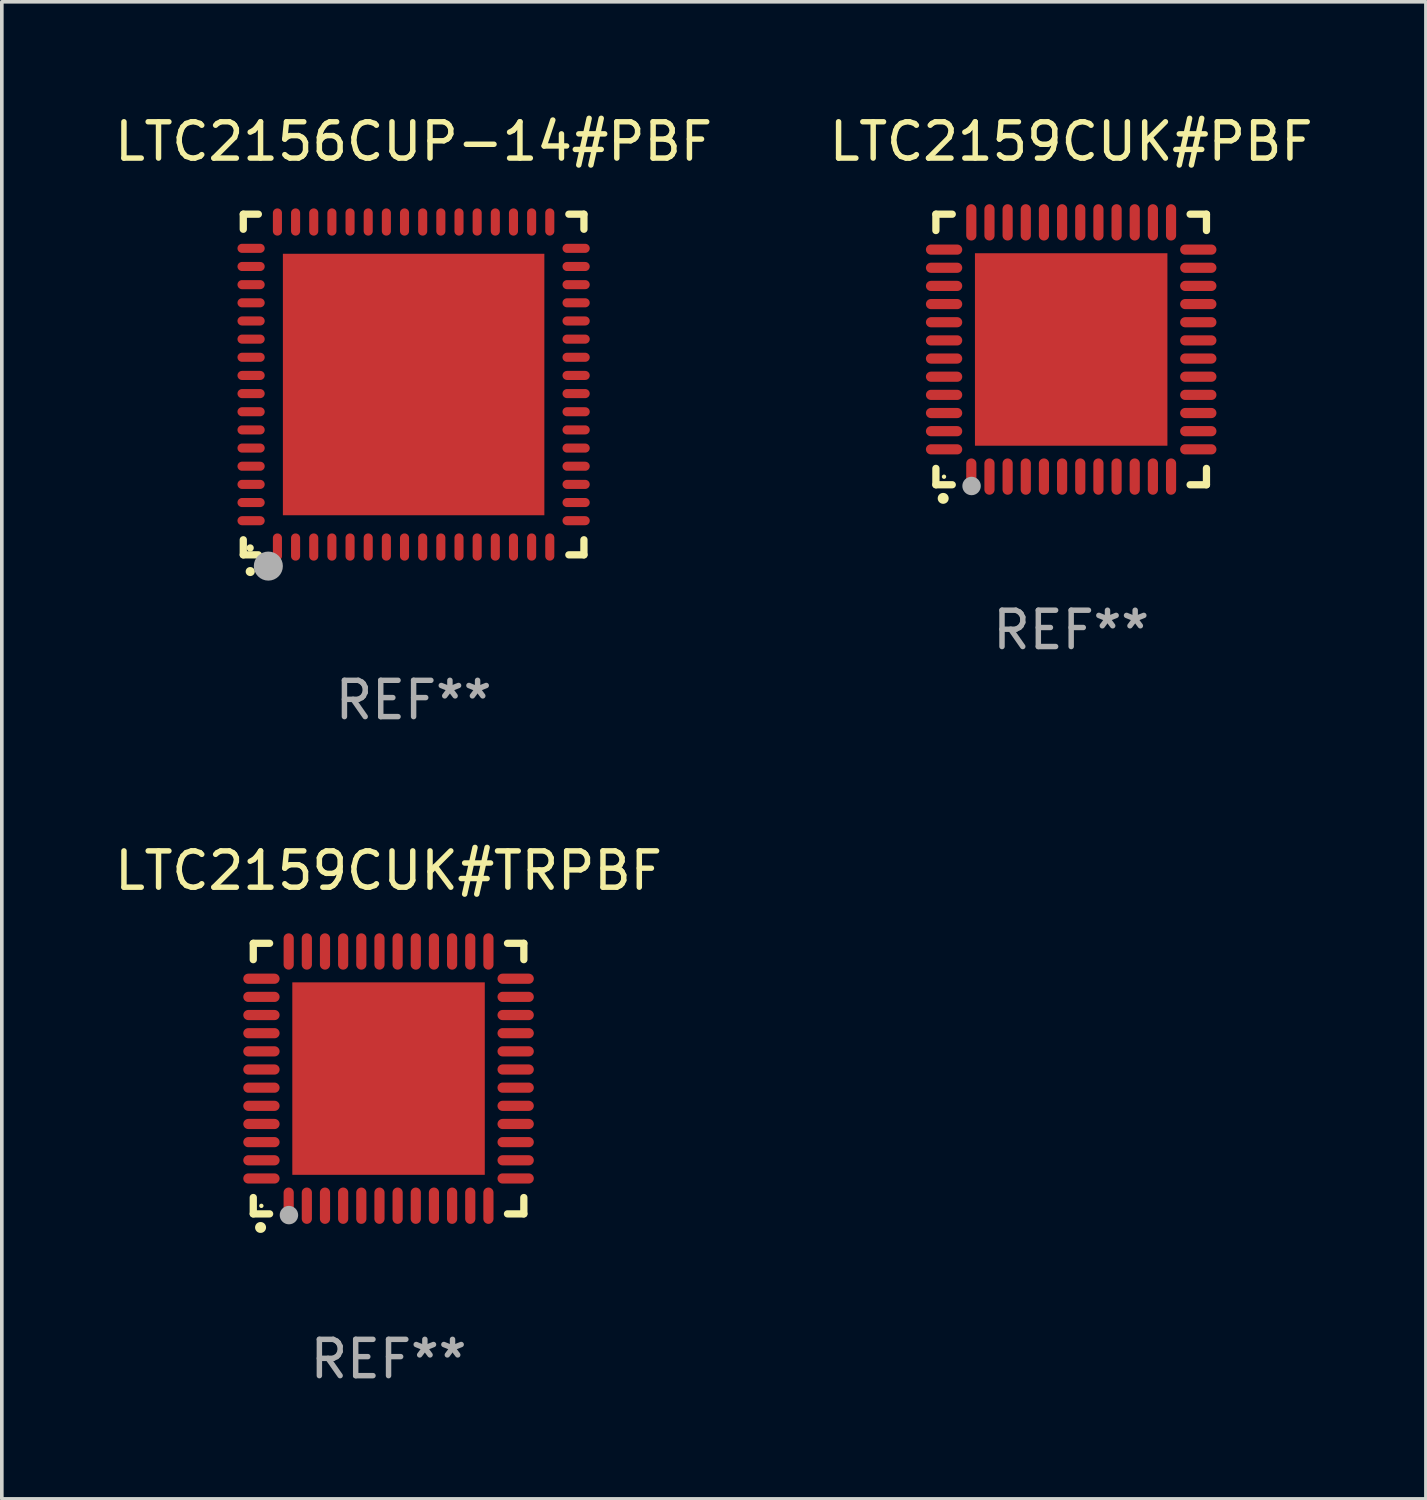
<source format=kicad_pcb>
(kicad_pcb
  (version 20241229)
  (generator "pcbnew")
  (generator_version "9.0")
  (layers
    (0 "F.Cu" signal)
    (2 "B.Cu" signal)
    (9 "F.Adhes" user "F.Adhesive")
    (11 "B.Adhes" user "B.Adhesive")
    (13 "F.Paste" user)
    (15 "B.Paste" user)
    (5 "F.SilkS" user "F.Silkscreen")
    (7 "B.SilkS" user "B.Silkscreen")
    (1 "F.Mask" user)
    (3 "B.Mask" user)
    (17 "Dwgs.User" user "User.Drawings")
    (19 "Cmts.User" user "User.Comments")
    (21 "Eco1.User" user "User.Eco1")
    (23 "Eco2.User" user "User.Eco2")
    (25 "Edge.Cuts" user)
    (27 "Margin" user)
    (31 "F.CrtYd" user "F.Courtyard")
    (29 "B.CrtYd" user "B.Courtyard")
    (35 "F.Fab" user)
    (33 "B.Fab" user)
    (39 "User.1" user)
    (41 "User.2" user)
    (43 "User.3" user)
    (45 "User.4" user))
  (footprint "LTC2159CUK#TRPBF"
    (layer "F.Cu")
    (at 7.649 26.65)
    (property "Reference" "LTC2159CUK#TRPBF" (at 0 -5.725 0) (layer "F.SilkS") (effects (font (size 1 1) (thickness 0.15))))
    (attr through_hole)
    (fp_line (start -3.725 -3.725) (end -3.275 -3.725) (stroke (width 0.2) (type solid)) (layer "F.SilkS"))
    (fp_line (start -3.725 -3.275) (end -3.725 -3.725) (stroke (width 0.2) (type solid)) (layer "F.SilkS"))
    (fp_line (start -3.725 3.725) (end -3.725 3.275) (stroke (width 0.2) (type solid)) (layer "F.SilkS"))
    (fp_line (start -3.275 3.725) (end -3.725 3.725) (stroke (width 0.2) (type solid)) (layer "F.SilkS"))
    (fp_line (start 3.275 3.725) (end 3.725 3.725) (stroke (width 0.2) (type solid)) (layer "F.SilkS"))
    (fp_line (start 3.725 -3.725) (end 3.275 -3.725) (stroke (width 0.2) (type solid)) (layer "F.SilkS"))
    (fp_line (start 3.725 -3.275) (end 3.725 -3.725) (stroke (width 0.2) (type solid)) (layer "F.SilkS"))
    (fp_line (start 3.725 3.725) (end 3.725 3.275) (stroke (width 0.2) (type solid)) (layer "F.SilkS"))
    (fp_arc (start -3.525527 4.099568) (mid -3.524257 4.099563) (end -3.522987 4.099568) (stroke (width 0.3) (type solid)) (layer "F.SilkS"))
    (fp_circle (center -3.502 3.504) (end -3.472 3.504) (stroke (width 0.06) (type solid)) (fill no) (layer "F.SilkS"))
    (fp_circle (center -2.743 3.759) (end -2.616 3.759) (stroke (width 0.254) (type solid)) (fill no) (layer "F.Fab"))
    (fp_text user "REF**" (at 0 7.725 0) (layer "F.Fab") (effects (font (size 1 1) (thickness 0.15))))
    (pad "1" smd oval (at -2.75 3.5) (size 0.28 1) (layers "F.Cu" "F.Mask" "F.Paste"))
    (pad "2" smd oval (at -2.25 3.5) (size 0.28 1) (layers "F.Cu" "F.Mask" "F.Paste"))
    (pad "3" smd oval (at -1.75 3.5) (size 0.28 1) (layers "F.Cu" "F.Mask" "F.Paste"))
    (pad "4" smd oval (at -1.25 3.5) (size 0.28 1) (layers "F.Cu" "F.Mask" "F.Paste"))
    (pad "5" smd oval (at -0.75 3.5) (size 0.28 1) (layers "F.Cu" "F.Mask" "F.Paste"))
    (pad "6" smd oval (at -0.25 3.5) (size 0.28 1) (layers "F.Cu" "F.Mask" "F.Paste"))
    (pad "7" smd oval (at 0.25 3.5) (size 0.28 1) (layers "F.Cu" "F.Mask" "F.Paste"))
    (pad "8" smd oval (at 0.75 3.5) (size 0.28 1) (layers "F.Cu" "F.Mask" "F.Paste"))
    (pad "9" smd oval (at 1.25 3.5) (size 0.28 1) (layers "F.Cu" "F.Mask" "F.Paste"))
    (pad "10" smd oval (at 1.75 3.5) (size 0.28 1) (layers "F.Cu" "F.Mask" "F.Paste"))
    (pad "11" smd oval (at 2.25 3.5) (size 0.28 1) (layers "F.Cu" "F.Mask" "F.Paste"))
    (pad "12" smd oval (at 2.75 3.5) (size 0.28 1) (layers "F.Cu" "F.Mask" "F.Paste"))
    (pad "13" smd oval (at 3.5 2.75) (size 1 0.28) (layers "F.Cu" "F.Mask" "F.Paste"))
    (pad "14" smd oval (at 3.5 2.25) (size 1 0.28) (layers "F.Cu" "F.Mask" "F.Paste"))
    (pad "15" smd oval (at 3.5 1.75) (size 1 0.28) (layers "F.Cu" "F.Mask" "F.Paste"))
    (pad "16" smd oval (at 3.5 1.25) (size 1 0.28) (layers "F.Cu" "F.Mask" "F.Paste"))
    (pad "17" smd oval (at 3.5 0.75) (size 1 0.28) (layers "F.Cu" "F.Mask" "F.Paste"))
    (pad "18" smd oval (at 3.5 0.25) (size 1 0.28) (layers "F.Cu" "F.Mask" "F.Paste"))
    (pad "19" smd oval (at 3.5 -0.25) (size 1 0.28) (layers "F.Cu" "F.Mask" "F.Paste"))
    (pad "20" smd oval (at 3.5 -0.75) (size 1 0.28) (layers "F.Cu" "F.Mask" "F.Paste"))
    (pad "21" smd oval (at 3.5 -1.25) (size 1 0.28) (layers "F.Cu" "F.Mask" "F.Paste"))
    (pad "22" smd oval (at 3.5 -1.75) (size 1 0.28) (layers "F.Cu" "F.Mask" "F.Paste"))
    (pad "23" smd oval (at 3.5 -2.25) (size 1 0.28) (layers "F.Cu" "F.Mask" "F.Paste"))
    (pad "24" smd oval (at 3.5 -2.75) (size 1 0.28) (layers "F.Cu" "F.Mask" "F.Paste"))
    (pad "25" smd oval (at 2.75 -3.5) (size 0.28 1) (layers "F.Cu" "F.Mask" "F.Paste"))
    (pad "26" smd oval (at 2.25 -3.5) (size 0.28 1) (layers "F.Cu" "F.Mask" "F.Paste"))
    (pad "27" smd oval (at 1.75 -3.5) (size 0.28 1) (layers "F.Cu" "F.Mask" "F.Paste"))
    (pad "28" smd oval (at 1.25 -3.5) (size 0.28 1) (layers "F.Cu" "F.Mask" "F.Paste"))
    (pad "29" smd oval (at 0.75 -3.5) (size 0.28 1) (layers "F.Cu" "F.Mask" "F.Paste"))
    (pad "30" smd oval (at 0.25 -3.5) (size 0.28 1) (layers "F.Cu" "F.Mask" "F.Paste"))
    (pad "31" smd oval (at -0.25 -3.5) (size 0.28 1) (layers "F.Cu" "F.Mask" "F.Paste"))
    (pad "32" smd oval (at -0.75 -3.5) (size 0.28 1) (layers "F.Cu" "F.Mask" "F.Paste"))
    (pad "33" smd oval (at -1.25 -3.5) (size 0.28 1) (layers "F.Cu" "F.Mask" "F.Paste"))
    (pad "34" smd oval (at -1.75 -3.5) (size 0.28 1) (layers "F.Cu" "F.Mask" "F.Paste"))
    (pad "35" smd oval (at -2.25 -3.5) (size 0.28 1) (layers "F.Cu" "F.Mask" "F.Paste"))
    (pad "36" smd oval (at -2.75 -3.5) (size 0.28 1) (layers "F.Cu" "F.Mask" "F.Paste"))
    (pad "37" smd oval (at -3.5 -2.75) (size 1 0.28) (layers "F.Cu" "F.Mask" "F.Paste"))
    (pad "38" smd oval (at -3.5 -2.25) (size 1 0.28) (layers "F.Cu" "F.Mask" "F.Paste"))
    (pad "39" smd oval (at -3.5 -1.75) (size 1 0.28) (layers "F.Cu" "F.Mask" "F.Paste"))
    (pad "40" smd oval (at -3.5 -1.25) (size 1 0.28) (layers "F.Cu" "F.Mask" "F.Paste"))
    (pad "41" smd oval (at -3.5 -0.75) (size 1 0.28) (layers "F.Cu" "F.Mask" "F.Paste"))
    (pad "42" smd oval (at -3.5 -0.25) (size 1 0.28) (layers "F.Cu" "F.Mask" "F.Paste"))
    (pad "43" smd oval (at -3.5 0.25) (size 1 0.28) (layers "F.Cu" "F.Mask" "F.Paste"))
    (pad "44" smd oval (at -3.5 0.75) (size 1 0.28) (layers "F.Cu" "F.Mask" "F.Paste"))
    (pad "45" smd oval (at -3.5 1.25) (size 1 0.28) (layers "F.Cu" "F.Mask" "F.Paste"))
    (pad "46" smd oval (at -3.5 1.75) (size 1 0.28) (layers "F.Cu" "F.Mask" "F.Paste"))
    (pad "47" smd oval (at -3.5 2.25) (size 1 0.28) (layers "F.Cu" "F.Mask" "F.Paste"))
    (pad "48" smd oval (at -3.5 2.75) (size 1 0.28) (layers "F.Cu" "F.Mask" "F.Paste"))
    (pad "49" smd rect (at 0 0) (size 5.3 5.3) (layers "F.Cu" "F.Mask" "F.Paste")))
  (footprint "LTC2156CUP-14#PBF"
    (layer "F.Cu")
    (at 8.339 7.538)
    (property "Reference" "LTC2156CUP-14#PBF" (at 0 -6.69 0) (layer "F.SilkS") (effects (font (size 1 1) (thickness 0.15))))
    (attr through_hole)
    (fp_line (start -4.69 -4.69) (end -4.275 -4.69) (stroke (width 0.2) (type solid)) (layer "F.SilkS"))
    (fp_line (start -4.69 -4.275) (end -4.69 -4.69) (stroke (width 0.2) (type solid)) (layer "F.SilkS"))
    (fp_line (start -4.69 4.69) (end -4.69 4.275) (stroke (width 0.2) (type solid)) (layer "F.SilkS"))
    (fp_line (start -4.275 4.69) (end -4.69 4.69) (stroke (width 0.2) (type solid)) (layer "F.SilkS"))
    (fp_line (start 4.275 4.69) (end 4.69 4.69) (stroke (width 0.2) (type solid)) (layer "F.SilkS"))
    (fp_line (start 4.69 -4.69) (end 4.275 -4.69) (stroke (width 0.2) (type solid)) (layer "F.SilkS"))
    (fp_line (start 4.69 -4.275) (end 4.69 -4.69) (stroke (width 0.2) (type solid)) (layer "F.SilkS"))
    (fp_line (start 4.69 4.69) (end 4.69 4.275) (stroke (width 0.2) (type solid)) (layer "F.SilkS"))
    (fp_arc (start -4.499886 5.15) (mid -4.498616 5.149994) (end -4.497346 5.15) (stroke (width 0.24892) (type solid)) (layer "F.SilkS"))
    (fp_circle (center -4.5 4.5) (end -4.45 4.5) (stroke (width 0.1) (type solid)) (fill no) (layer "F.SilkS"))
    (fp_circle (center -4 5) (end -3.8 5) (stroke (width 0.4) (type solid)) (fill no) (layer "F.Fab"))
    (fp_text user "REF**" (at 0 8.69 0) (layer "F.Fab") (effects (font (size 1 1) (thickness 0.15))))
    (pad "1" smd oval (at -3.75 4.475) (size 0.25 0.75) (layers "F.Cu" "F.Mask" "F.Paste"))
    (pad "2" smd oval (at -3.25 4.475) (size 0.25 0.75) (layers "F.Cu" "F.Mask" "F.Paste"))
    (pad "3" smd oval (at -2.75 4.475) (size 0.25 0.75) (layers "F.Cu" "F.Mask" "F.Paste"))
    (pad "4" smd oval (at -2.25 4.475) (size 0.25 0.75) (layers "F.Cu" "F.Mask" "F.Paste"))
    (pad "5" smd oval (at -1.75 4.475) (size 0.25 0.75) (layers "F.Cu" "F.Mask" "F.Paste"))
    (pad "6" smd oval (at -1.25 4.475) (size 0.25 0.75) (layers "F.Cu" "F.Mask" "F.Paste"))
    (pad "7" smd oval (at -0.75 4.475) (size 0.25 0.75) (layers "F.Cu" "F.Mask" "F.Paste"))
    (pad "8" smd oval (at -0.25 4.475) (size 0.25 0.75) (layers "F.Cu" "F.Mask" "F.Paste"))
    (pad "9" smd oval (at 0.25 4.475) (size 0.25 0.75) (layers "F.Cu" "F.Mask" "F.Paste"))
    (pad "10" smd oval (at 0.75 4.475) (size 0.25 0.75) (layers "F.Cu" "F.Mask" "F.Paste"))
    (pad "11" smd oval (at 1.25 4.475) (size 0.25 0.75) (layers "F.Cu" "F.Mask" "F.Paste"))
    (pad "12" smd oval (at 1.75 4.475) (size 0.25 0.75) (layers "F.Cu" "F.Mask" "F.Paste"))
    (pad "13" smd oval (at 2.25 4.475) (size 0.25 0.75) (layers "F.Cu" "F.Mask" "F.Paste"))
    (pad "14" smd oval (at 2.75 4.475) (size 0.25 0.75) (layers "F.Cu" "F.Mask" "F.Paste"))
    (pad "15" smd oval (at 3.25 4.475) (size 0.25 0.75) (layers "F.Cu" "F.Mask" "F.Paste"))
    (pad "16" smd oval (at 3.75 4.475) (size 0.25 0.75) (layers "F.Cu" "F.Mask" "F.Paste"))
    (pad "17" smd oval (at 4.475 3.75) (size 0.75 0.25) (layers "F.Cu" "F.Mask" "F.Paste"))
    (pad "18" smd oval (at 4.475 3.25) (size 0.75 0.25) (layers "F.Cu" "F.Mask" "F.Paste"))
    (pad "19" smd oval (at 4.475 2.75) (size 0.75 0.25) (layers "F.Cu" "F.Mask" "F.Paste"))
    (pad "20" smd oval (at 4.475 2.25) (size 0.75 0.25) (layers "F.Cu" "F.Mask" "F.Paste"))
    (pad "21" smd oval (at 4.475 1.75) (size 0.75 0.25) (layers "F.Cu" "F.Mask" "F.Paste"))
    (pad "22" smd oval (at 4.475 1.25) (size 0.75 0.25) (layers "F.Cu" "F.Mask" "F.Paste"))
    (pad "23" smd oval (at 4.475 0.75) (size 0.75 0.25) (layers "F.Cu" "F.Mask" "F.Paste"))
    (pad "24" smd oval (at 4.475 0.25) (size 0.75 0.25) (layers "F.Cu" "F.Mask" "F.Paste"))
    (pad "25" smd oval (at 4.475 -0.25) (size 0.75 0.25) (layers "F.Cu" "F.Mask" "F.Paste"))
    (pad "26" smd oval (at 4.475 -0.75) (size 0.75 0.25) (layers "F.Cu" "F.Mask" "F.Paste"))
    (pad "27" smd oval (at 4.475 -1.25) (size 0.75 0.25) (layers "F.Cu" "F.Mask" "F.Paste"))
    (pad "28" smd oval (at 4.475 -1.75) (size 0.75 0.25) (layers "F.Cu" "F.Mask" "F.Paste"))
    (pad "29" smd oval (at 4.475 -2.25) (size 0.75 0.25) (layers "F.Cu" "F.Mask" "F.Paste"))
    (pad "30" smd oval (at 4.475 -2.75) (size 0.75 0.25) (layers "F.Cu" "F.Mask" "F.Paste"))
    (pad "31" smd oval (at 4.475 -3.25) (size 0.75 0.25) (layers "F.Cu" "F.Mask" "F.Paste"))
    (pad "32" smd oval (at 4.475 -3.75) (size 0.75 0.25) (layers "F.Cu" "F.Mask" "F.Paste"))
    (pad "33" smd oval (at 3.75 -4.475) (size 0.25 0.75) (layers "F.Cu" "F.Mask" "F.Paste"))
    (pad "34" smd oval (at 3.25 -4.475) (size 0.25 0.75) (layers "F.Cu" "F.Mask" "F.Paste"))
    (pad "35" smd oval (at 2.75 -4.475) (size 0.25 0.75) (layers "F.Cu" "F.Mask" "F.Paste"))
    (pad "36" smd oval (at 2.25 -4.475) (size 0.25 0.75) (layers "F.Cu" "F.Mask" "F.Paste"))
    (pad "37" smd oval (at 1.75 -4.475) (size 0.25 0.75) (layers "F.Cu" "F.Mask" "F.Paste"))
    (pad "38" smd oval (at 1.25 -4.475) (size 0.25 0.75) (layers "F.Cu" "F.Mask" "F.Paste"))
    (pad "39" smd oval (at 0.75 -4.475) (size 0.25 0.75) (layers "F.Cu" "F.Mask" "F.Paste"))
    (pad "40" smd oval (at 0.25 -4.475) (size 0.25 0.75) (layers "F.Cu" "F.Mask" "F.Paste"))
    (pad "41" smd oval (at -0.25 -4.475) (size 0.25 0.75) (layers "F.Cu" "F.Mask" "F.Paste"))
    (pad "42" smd oval (at -0.75 -4.475) (size 0.25 0.75) (layers "F.Cu" "F.Mask" "F.Paste"))
    (pad "43" smd oval (at -1.25 -4.475) (size 0.25 0.75) (layers "F.Cu" "F.Mask" "F.Paste"))
    (pad "44" smd oval (at -1.75 -4.475) (size 0.25 0.75) (layers "F.Cu" "F.Mask" "F.Paste"))
    (pad "45" smd oval (at -2.25 -4.475) (size 0.25 0.75) (layers "F.Cu" "F.Mask" "F.Paste"))
    (pad "46" smd oval (at -2.75 -4.475) (size 0.25 0.75) (layers "F.Cu" "F.Mask" "F.Paste"))
    (pad "47" smd oval (at -3.25 -4.475) (size 0.25 0.75) (layers "F.Cu" "F.Mask" "F.Paste"))
    (pad "48" smd oval (at -3.75 -4.475) (size 0.25 0.75) (layers "F.Cu" "F.Mask" "F.Paste"))
    (pad "49" smd oval (at -4.475 -3.75) (size 0.75 0.25) (layers "F.Cu" "F.Mask" "F.Paste"))
    (pad "50" smd oval (at -4.475 -3.25) (size 0.75 0.25) (layers "F.Cu" "F.Mask" "F.Paste"))
    (pad "51" smd oval (at -4.475 -2.75) (size 0.75 0.25) (layers "F.Cu" "F.Mask" "F.Paste"))
    (pad "52" smd oval (at -4.475 -2.25) (size 0.75 0.25) (layers "F.Cu" "F.Mask" "F.Paste"))
    (pad "53" smd oval (at -4.475 -1.75) (size 0.75 0.25) (layers "F.Cu" "F.Mask" "F.Paste"))
    (pad "54" smd oval (at -4.475 -1.25) (size 0.75 0.25) (layers "F.Cu" "F.Mask" "F.Paste"))
    (pad "55" smd oval (at -4.475 -0.75) (size 0.75 0.25) (layers "F.Cu" "F.Mask" "F.Paste"))
    (pad "56" smd oval (at -4.475 -0.25) (size 0.75 0.25) (layers "F.Cu" "F.Mask" "F.Paste"))
    (pad "57" smd oval (at -4.475 0.25) (size 0.75 0.25) (layers "F.Cu" "F.Mask" "F.Paste"))
    (pad "58" smd oval (at -4.475 0.75) (size 0.75 0.25) (layers "F.Cu" "F.Mask" "F.Paste"))
    (pad "59" smd oval (at -4.475 1.25) (size 0.75 0.25) (layers "F.Cu" "F.Mask" "F.Paste"))
    (pad "60" smd oval (at -4.475 1.75) (size 0.75 0.25) (layers "F.Cu" "F.Mask" "F.Paste"))
    (pad "61" smd oval (at -4.475 2.25) (size 0.75 0.25) (layers "F.Cu" "F.Mask" "F.Paste"))
    (pad "62" smd oval (at -4.475 2.75) (size 0.75 0.25) (layers "F.Cu" "F.Mask" "F.Paste"))
    (pad "63" smd oval (at -4.475 3.25) (size 0.75 0.25) (layers "F.Cu" "F.Mask" "F.Paste"))
    (pad "64" smd oval (at -4.475 3.75) (size 0.75 0.25) (layers "F.Cu" "F.Mask" "F.Paste"))
    (pad "65" smd rect (at 0.000368 0.000013) (size 7.2 7.2) (layers "F.Cu" "F.Mask" "F.Paste")))
  (footprint "LTC2159CUK#PBF"
    (layer "F.Cu")
    (at 26.446 6.573)
    (property "Reference" "LTC2159CUK#PBF" (at 0 -5.725 0) (layer "F.SilkS") (effects (font (size 1 1) (thickness 0.15))))
    (attr through_hole)
    (fp_line (start -3.725 -3.725) (end -3.275 -3.725) (stroke (width 0.2) (type solid)) (layer "F.SilkS"))
    (fp_line (start -3.725 -3.275) (end -3.725 -3.725) (stroke (width 0.2) (type solid)) (layer "F.SilkS"))
    (fp_line (start -3.725 3.725) (end -3.725 3.275) (stroke (width 0.2) (type solid)) (layer "F.SilkS"))
    (fp_line (start -3.275 3.725) (end -3.725 3.725) (stroke (width 0.2) (type solid)) (layer "F.SilkS"))
    (fp_line (start 3.275 3.725) (end 3.725 3.725) (stroke (width 0.2) (type solid)) (layer "F.SilkS"))
    (fp_line (start 3.725 -3.725) (end 3.275 -3.725) (stroke (width 0.2) (type solid)) (layer "F.SilkS"))
    (fp_line (start 3.725 -3.275) (end 3.725 -3.725) (stroke (width 0.2) (type solid)) (layer "F.SilkS"))
    (fp_line (start 3.725 3.725) (end 3.725 3.275) (stroke (width 0.2) (type solid)) (layer "F.SilkS"))
    (fp_arc (start -3.525527 4.099568) (mid -3.524257 4.099563) (end -3.522987 4.099568) (stroke (width 0.3) (type solid)) (layer "F.SilkS"))
    (fp_circle (center -3.502 3.504) (end -3.472 3.504) (stroke (width 0.06) (type solid)) (fill no) (layer "F.SilkS"))
    (fp_circle (center -2.743 3.759) (end -2.616 3.759) (stroke (width 0.254) (type solid)) (fill no) (layer "F.Fab"))
    (fp_text user "REF**" (at 0 7.725 0) (layer "F.Fab") (effects (font (size 1 1) (thickness 0.15))))
    (pad "1" smd oval (at -2.75 3.5) (size 0.28 1) (layers "F.Cu" "F.Mask" "F.Paste"))
    (pad "2" smd oval (at -2.25 3.5) (size 0.28 1) (layers "F.Cu" "F.Mask" "F.Paste"))
    (pad "3" smd oval (at -1.75 3.5) (size 0.28 1) (layers "F.Cu" "F.Mask" "F.Paste"))
    (pad "4" smd oval (at -1.25 3.5) (size 0.28 1) (layers "F.Cu" "F.Mask" "F.Paste"))
    (pad "5" smd oval (at -0.75 3.5) (size 0.28 1) (layers "F.Cu" "F.Mask" "F.Paste"))
    (pad "6" smd oval (at -0.25 3.5) (size 0.28 1) (layers "F.Cu" "F.Mask" "F.Paste"))
    (pad "7" smd oval (at 0.25 3.5) (size 0.28 1) (layers "F.Cu" "F.Mask" "F.Paste"))
    (pad "8" smd oval (at 0.75 3.5) (size 0.28 1) (layers "F.Cu" "F.Mask" "F.Paste"))
    (pad "9" smd oval (at 1.25 3.5) (size 0.28 1) (layers "F.Cu" "F.Mask" "F.Paste"))
    (pad "10" smd oval (at 1.75 3.5) (size 0.28 1) (layers "F.Cu" "F.Mask" "F.Paste"))
    (pad "11" smd oval (at 2.25 3.5) (size 0.28 1) (layers "F.Cu" "F.Mask" "F.Paste"))
    (pad "12" smd oval (at 2.75 3.5) (size 0.28 1) (layers "F.Cu" "F.Mask" "F.Paste"))
    (pad "13" smd oval (at 3.5 2.75) (size 1 0.28) (layers "F.Cu" "F.Mask" "F.Paste"))
    (pad "14" smd oval (at 3.5 2.25) (size 1 0.28) (layers "F.Cu" "F.Mask" "F.Paste"))
    (pad "15" smd oval (at 3.5 1.75) (size 1 0.28) (layers "F.Cu" "F.Mask" "F.Paste"))
    (pad "16" smd oval (at 3.5 1.25) (size 1 0.28) (layers "F.Cu" "F.Mask" "F.Paste"))
    (pad "17" smd oval (at 3.5 0.75) (size 1 0.28) (layers "F.Cu" "F.Mask" "F.Paste"))
    (pad "18" smd oval (at 3.5 0.25) (size 1 0.28) (layers "F.Cu" "F.Mask" "F.Paste"))
    (pad "19" smd oval (at 3.5 -0.25) (size 1 0.28) (layers "F.Cu" "F.Mask" "F.Paste"))
    (pad "20" smd oval (at 3.5 -0.75) (size 1 0.28) (layers "F.Cu" "F.Mask" "F.Paste"))
    (pad "21" smd oval (at 3.5 -1.25) (size 1 0.28) (layers "F.Cu" "F.Mask" "F.Paste"))
    (pad "22" smd oval (at 3.5 -1.75) (size 1 0.28) (layers "F.Cu" "F.Mask" "F.Paste"))
    (pad "23" smd oval (at 3.5 -2.25) (size 1 0.28) (layers "F.Cu" "F.Mask" "F.Paste"))
    (pad "24" smd oval (at 3.5 -2.75) (size 1 0.28) (layers "F.Cu" "F.Mask" "F.Paste"))
    (pad "25" smd oval (at 2.75 -3.5) (size 0.28 1) (layers "F.Cu" "F.Mask" "F.Paste"))
    (pad "26" smd oval (at 2.25 -3.5) (size 0.28 1) (layers "F.Cu" "F.Mask" "F.Paste"))
    (pad "27" smd oval (at 1.75 -3.5) (size 0.28 1) (layers "F.Cu" "F.Mask" "F.Paste"))
    (pad "28" smd oval (at 1.25 -3.5) (size 0.28 1) (layers "F.Cu" "F.Mask" "F.Paste"))
    (pad "29" smd oval (at 0.75 -3.5) (size 0.28 1) (layers "F.Cu" "F.Mask" "F.Paste"))
    (pad "30" smd oval (at 0.25 -3.5) (size 0.28 1) (layers "F.Cu" "F.Mask" "F.Paste"))
    (pad "31" smd oval (at -0.25 -3.5) (size 0.28 1) (layers "F.Cu" "F.Mask" "F.Paste"))
    (pad "32" smd oval (at -0.75 -3.5) (size 0.28 1) (layers "F.Cu" "F.Mask" "F.Paste"))
    (pad "33" smd oval (at -1.25 -3.5) (size 0.28 1) (layers "F.Cu" "F.Mask" "F.Paste"))
    (pad "34" smd oval (at -1.75 -3.5) (size 0.28 1) (layers "F.Cu" "F.Mask" "F.Paste"))
    (pad "35" smd oval (at -2.25 -3.5) (size 0.28 1) (layers "F.Cu" "F.Mask" "F.Paste"))
    (pad "36" smd oval (at -2.75 -3.5) (size 0.28 1) (layers "F.Cu" "F.Mask" "F.Paste"))
    (pad "37" smd oval (at -3.5 -2.75) (size 1 0.28) (layers "F.Cu" "F.Mask" "F.Paste"))
    (pad "38" smd oval (at -3.5 -2.25) (size 1 0.28) (layers "F.Cu" "F.Mask" "F.Paste"))
    (pad "39" smd oval (at -3.5 -1.75) (size 1 0.28) (layers "F.Cu" "F.Mask" "F.Paste"))
    (pad "40" smd oval (at -3.5 -1.25) (size 1 0.28) (layers "F.Cu" "F.Mask" "F.Paste"))
    (pad "41" smd oval (at -3.5 -0.75) (size 1 0.28) (layers "F.Cu" "F.Mask" "F.Paste"))
    (pad "42" smd oval (at -3.5 -0.25) (size 1 0.28) (layers "F.Cu" "F.Mask" "F.Paste"))
    (pad "43" smd oval (at -3.5 0.25) (size 1 0.28) (layers "F.Cu" "F.Mask" "F.Paste"))
    (pad "44" smd oval (at -3.5 0.75) (size 1 0.28) (layers "F.Cu" "F.Mask" "F.Paste"))
    (pad "45" smd oval (at -3.5 1.25) (size 1 0.28) (layers "F.Cu" "F.Mask" "F.Paste"))
    (pad "46" smd oval (at -3.5 1.75) (size 1 0.28) (layers "F.Cu" "F.Mask" "F.Paste"))
    (pad "47" smd oval (at -3.5 2.25) (size 1 0.28) (layers "F.Cu" "F.Mask" "F.Paste"))
    (pad "48" smd oval (at -3.5 2.75) (size 1 0.28) (layers "F.Cu" "F.Mask" "F.Paste"))
    (pad "49" smd rect (at 0 0) (size 5.3 5.3) (layers "F.Cu" "F.Mask" "F.Paste")))
  (gr_rect
    (start -3 -3)
    (end 36.214 38.223)
    (stroke (width 0.1) (type default))
    (fill no)
    (layer "Edge.Cuts")))
</source>
